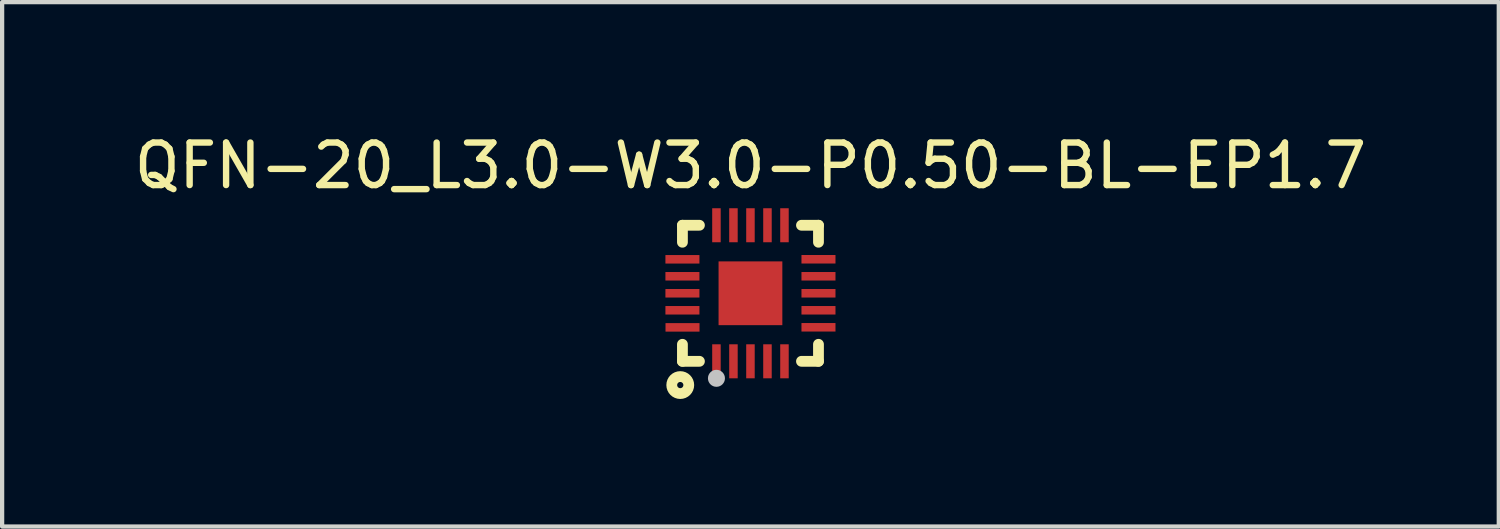
<source format=kicad_pcb>
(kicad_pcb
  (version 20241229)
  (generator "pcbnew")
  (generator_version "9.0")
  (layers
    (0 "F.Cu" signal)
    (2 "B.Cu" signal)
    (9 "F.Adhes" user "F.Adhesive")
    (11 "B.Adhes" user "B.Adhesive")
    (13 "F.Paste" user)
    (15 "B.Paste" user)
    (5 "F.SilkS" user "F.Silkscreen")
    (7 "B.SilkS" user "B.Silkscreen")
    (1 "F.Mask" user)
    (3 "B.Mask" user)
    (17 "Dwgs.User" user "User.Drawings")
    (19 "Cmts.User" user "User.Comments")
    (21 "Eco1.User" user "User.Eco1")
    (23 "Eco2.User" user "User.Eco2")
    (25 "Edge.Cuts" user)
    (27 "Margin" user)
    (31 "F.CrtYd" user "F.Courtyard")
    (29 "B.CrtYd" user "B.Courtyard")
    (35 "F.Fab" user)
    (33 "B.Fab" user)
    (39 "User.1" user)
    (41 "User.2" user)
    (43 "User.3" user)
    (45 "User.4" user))
  (footprint "QFN-20_L3.0-W3.0-P0.50-BL-EP1.7"
    (layer "F.Cu")
    (at 14.601 3.848)
    (property "Reference" "QFN-20_L3.0-W3.0-P0.50-BL-EP1.7" (at 0 -3 0) (layer "F.SilkS") (effects (font (size 1 1) (thickness 0.15))))
    (fp_line (start -1.6 -1.6) (end -1.6 -1.2) (stroke (width 0.254) (type default)) (layer "F.SilkS"))
    (fp_line (start -1.6 1.6) (end -1.6 1.2) (stroke (width 0.254) (type default)) (layer "F.SilkS"))
    (fp_line (start -1.2 -1.6) (end -1.6 -1.6) (stroke (width 0.254) (type default)) (layer "F.SilkS"))
    (fp_line (start -1.2 1.6) (end -1.6 1.6) (stroke (width 0.254) (type default)) (layer "F.SilkS"))
    (fp_line (start 1.2 -1.6) (end 1.6 -1.6) (stroke (width 0.254) (type default)) (layer "F.SilkS"))
    (fp_line (start 1.6 -1.6) (end 1.6 -1.2) (stroke (width 0.254) (type default)) (layer "F.SilkS"))
    (fp_line (start 1.6 1.2) (end 1.6 1.6) (stroke (width 0.254) (type default)) (layer "F.SilkS"))
    (fp_line (start 1.6 1.6) (end 1.2 1.6) (stroke (width 0.254) (type default)) (layer "F.SilkS"))
    (fp_circle (center -1.651 2.159) (end -1.451 2.159) (stroke (width 0.254) (type default)) (fill no) (layer "F.SilkS"))
    (fp_circle (center -0.8 2) (end -0.7 2) (stroke (width 0.2) (type default)) (fill no) (layer "Dwgs.User"))
    (fp_poly (pts (xy -1.5 -0.7) (xy -1.5 -0.899) (xy -1.1 -0.899) (xy -1.1 -0.7)) (stroke (width 0.1) (type default)) (fill no) (layer "User.1"))
    (fp_poly (pts (xy -1.5 -0.299) (xy -1.5 -0.499) (xy -1.1 -0.499) (xy -1.1 -0.299)) (stroke (width 0.1) (type default)) (fill no) (layer "User.1"))
    (fp_poly (pts (xy -1.5 0.1) (xy -1.5 -0.1) (xy -1.1 -0.1) (xy -1.1 0.1)) (stroke (width 0.1) (type default)) (fill no) (layer "User.1"))
    (fp_poly (pts (xy -1.5 0.5) (xy -1.5 0.3) (xy -1.1 0.3) (xy -1.1 0.5)) (stroke (width 0.1) (type default)) (fill no) (layer "User.1"))
    (fp_poly (pts (xy -1.5 0.902) (xy -1.5 0.702) (xy -1.1 0.702) (xy -1.1 0.902)) (stroke (width 0.1) (type default)) (fill no) (layer "User.1"))
    (fp_poly (pts (xy -0.9 1.1) (xy -0.7 1.1) (xy -0.7 1.5) (xy -0.9 1.5)) (stroke (width 0.1) (type default)) (fill no) (layer "User.1"))
    (fp_poly (pts (xy -0.7 -1.1) (xy -0.9 -1.1) (xy -0.9 -1.5) (xy -0.7 -1.5)) (stroke (width 0.1) (type default)) (fill no) (layer "User.1"))
    (fp_poly (pts (xy -0.5 1.1) (xy -0.3 1.1) (xy -0.3 1.5) (xy -0.5 1.5)) (stroke (width 0.1) (type default)) (fill no) (layer "User.1"))
    (fp_poly (pts (xy -0.3 -1.1) (xy -0.5 -1.1) (xy -0.5 -1.5) (xy -0.3 -1.5)) (stroke (width 0.1) (type default)) (fill no) (layer "User.1"))
    (fp_poly (pts (xy -0.1 1.1) (xy 0.1 1.1) (xy 0.1 1.5) (xy -0.1 1.5)) (stroke (width 0.1) (type default)) (fill no) (layer "User.1"))
    (fp_poly (pts (xy 0.1 -1.1) (xy -0.1 -1.1) (xy -0.1 -1.5) (xy 0.1 -1.5)) (stroke (width 0.1) (type default)) (fill no) (layer "User.1"))
    (fp_poly (pts (xy 0.3 1.1) (xy 0.5 1.1) (xy 0.5 1.5) (xy 0.3 1.5)) (stroke (width 0.1) (type default)) (fill no) (layer "User.1"))
    (fp_poly (pts (xy 0.5 -1.1) (xy 0.3 -1.1) (xy 0.3 -1.5) (xy 0.5 -1.5)) (stroke (width 0.1) (type default)) (fill no) (layer "User.1"))
    (fp_poly (pts (xy 0.7 1.1) (xy 0.9 1.1) (xy 0.9 1.5) (xy 0.7 1.5)) (stroke (width 0.1) (type default)) (fill no) (layer "User.1"))
    (fp_poly (pts (xy 0.75 -0.75) (xy 0.75 0.75) (xy -0.75 0.75) (xy -0.75 -0.75)) (stroke (width 0.1) (type default)) (fill no) (layer "User.1"))
    (fp_poly (pts (xy 0.9 -1.1) (xy 0.7 -1.1) (xy 0.7 -1.5) (xy 0.9 -1.5)) (stroke (width 0.1) (type default)) (fill no) (layer "User.1"))
    (fp_poly (pts (xy 1.5 -0.9) (xy 1.5 -0.7) (xy 1.1 -0.7) (xy 1.1 -0.9)) (stroke (width 0.1) (type default)) (fill no) (layer "User.1"))
    (fp_poly (pts (xy 1.5 -0.5) (xy 1.5 -0.3) (xy 1.1 -0.3) (xy 1.1 -0.5)) (stroke (width 0.1) (type default)) (fill no) (layer "User.1"))
    (fp_poly (pts (xy 1.5 -0.1) (xy 1.5 0.1) (xy 1.1 0.1) (xy 1.1 -0.1)) (stroke (width 0.1) (type default)) (fill no) (layer "User.1"))
    (fp_poly (pts (xy 1.5 0.3) (xy 1.5 0.5) (xy 1.1 0.5) (xy 1.1 0.3)) (stroke (width 0.1) (type default)) (fill no) (layer "User.1"))
    (fp_poly (pts (xy 1.5 0.7) (xy 1.5 0.9) (xy 1.1 0.9) (xy 1.1 0.7)) (stroke (width 0.1) (type default)) (fill no) (layer "User.1"))
    (fp_line (start -1.5 -1.5) (end 1.5 -1.5) (stroke (width 0.051) (type default)) (layer "User.2"))
    (fp_line (start -1.5 1.5) (end -1.5 -1.5) (stroke (width 0.051) (type default)) (layer "User.2"))
    (fp_line (start 1.5 -1.5) (end 1.5 1.5) (stroke (width 0.051) (type default)) (layer "User.2"))
    (fp_line (start 1.5 1.5) (end -1.5 1.5) (stroke (width 0.051) (type default)) (layer "User.2"))
    (fp_poly (pts (xy -1.44 1.5) (xy -1.458 1.458) (xy -1.5 1.44) (xy -1.542 1.458) (xy -1.56 1.5) (xy -1.542 1.542) (xy -1.5 1.56) (xy -1.458 1.542)) (stroke (width 0.1) (type default)) (fill no) (layer "User.3"))
    (pad "1" smd rect (at -0.8 1.6) (size 0.2 0.8) (layers "F.Cu" "F.Mask" "F.Paste"))
    (pad "2" smd rect (at -0.4 1.6) (size 0.2 0.8) (layers "F.Cu" "F.Mask" "F.Paste"))
    (pad "3" smd rect (at 0 1.6) (size 0.2 0.8) (layers "F.Cu" "F.Mask" "F.Paste"))
    (pad "4" smd rect (at 0.4 1.6) (size 0.2 0.8) (layers "F.Cu" "F.Mask" "F.Paste"))
    (pad "5" smd rect (at 0.8 1.6) (size 0.2 0.8) (layers "F.Cu" "F.Mask" "F.Paste"))
    (pad "6" smd rect (at 1.6 0.8 90) (size 0.2 0.8) (layers "F.Cu" "F.Mask" "F.Paste"))
    (pad "7" smd rect (at 1.6 0.4 90) (size 0.2 0.8) (layers "F.Cu" "F.Mask" "F.Paste"))
    (pad "8" smd rect (at 1.6 0 90) (size 0.2 0.8) (layers "F.Cu" "F.Mask" "F.Paste"))
    (pad "9" smd rect (at 1.6 -0.4 90) (size 0.2 0.8) (layers "F.Cu" "F.Mask" "F.Paste"))
    (pad "10" smd rect (at 1.6 -0.8 90) (size 0.2 0.8) (layers "F.Cu" "F.Mask" "F.Paste"))
    (pad "11" smd rect (at 0.8 -1.6 180) (size 0.2 0.8) (layers "F.Cu" "F.Mask" "F.Paste"))
    (pad "12" smd rect (at 0.4 -1.6 180) (size 0.2 0.8) (layers "F.Cu" "F.Mask" "F.Paste"))
    (pad "13" smd rect (at 0 -1.6 180) (size 0.2 0.8) (layers "F.Cu" "F.Mask" "F.Paste"))
    (pad "14" smd rect (at -0.4 -1.6 180) (size 0.2 0.8) (layers "F.Cu" "F.Mask" "F.Paste"))
    (pad "15" smd rect (at -0.8 -1.6 180) (size 0.2 0.8) (layers "F.Cu" "F.Mask" "F.Paste"))
    (pad "16" smd rect (at -1.6 -0.799 270) (size 0.2 0.8) (layers "F.Cu" "F.Mask" "F.Paste"))
    (pad "17" smd rect (at -1.6 -0.4 270) (size 0.2 0.8) (layers "F.Cu" "F.Mask" "F.Paste"))
    (pad "18" smd rect (at -1.6 0 270) (size 0.2 0.8) (layers "F.Cu" "F.Mask" "F.Paste"))
    (pad "19" smd rect (at -1.6 0.4 270) (size 0.2 0.8) (layers "F.Cu" "F.Mask" "F.Paste"))
    (pad "20" smd rect (at -1.598 0.802 270) (size 0.2 0.8) (layers "F.Cu" "F.Mask" "F.Paste"))
    (pad "21" smd rect (at 0 0) (size 1.5 1.5) (layers "F.Cu" "F.Mask" "F.Paste")))
  (gr_rect
    (start -3 -3)
    (end 32.202 9.334)
    (stroke (width 0.1) (type default))
    (fill no)
    (layer "Edge.Cuts")))
</source>
